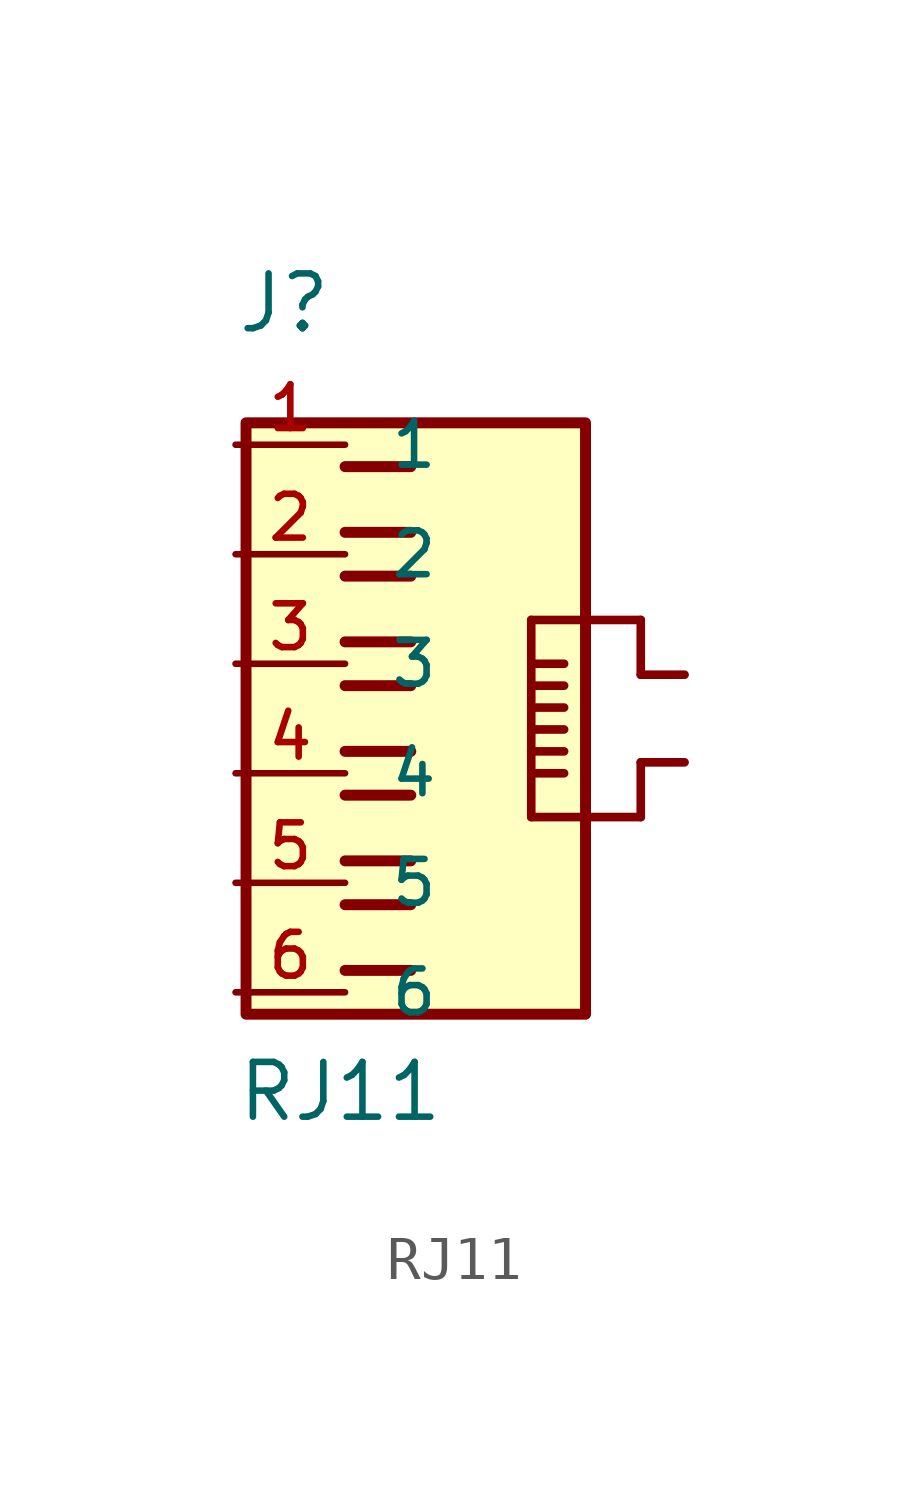
<source format=kicad_sym>
(kicad_symbol_lib
  (version 20220914)
  (generator kicad_symbol_editor)
  (symbol "RJ11"
    (pin_names
      (offset 1.016))
    (property "Reference" "J"
      (at -2.54 7.62 0)
      (effects (font (size 1.27 1.27)) (justify left bottom)))
    (property "Value" "RJ11"
      (at -2.54 -10.668 0)
      (effects (font (size 1.27 1.27)) (justify left bottom)))
    (symbol "RJ11_0_0"
      (rectangle (start -2.297 5.588) (end 5.577 -8.128) (stroke (width 0.254) (type default)) (fill (type background)))
      (polyline (pts (xy 0 -5.588) (xy 1.524 -5.588)) (stroke (width 0.254) (type default)) (fill (type none)))
      (polyline (pts (xy 0 -3.048) (xy 1.524 -3.048)) (stroke (width 0.254) (type default)) (fill (type none)))
      (polyline (pts (xy 0 -0.508) (xy 1.524 -0.508)) (stroke (width 0.254) (type default)) (fill (type none)))
      (polyline (pts (xy 0 2.032) (xy 1.524 2.032)) (stroke (width 0.254) (type default)) (fill (type none)))
      (polyline (pts (xy 0 4.572) (xy 1.524 4.572)) (stroke (width 0.254) (type default)) (fill (type none)))
      (polyline (pts (xy 1.524 -7.112) (xy 0 -7.112)) (stroke (width 0.254) (type default)) (fill (type none)))
      (polyline (pts (xy 1.524 -4.572) (xy 0 -4.572)) (stroke (width 0.254) (type default)) (fill (type none)))
      (polyline (pts (xy 1.524 -2.032) (xy 0 -2.032)) (stroke (width 0.254) (type default)) (fill (type none)))
      (polyline (pts (xy 1.524 0.508) (xy 0 0.508)) (stroke (width 0.254) (type default)) (fill (type none)))
      (polyline (pts (xy 1.524 3.048) (xy 0 3.048)) (stroke (width 0.254) (type default)) (fill (type none)))
      (polyline (pts (xy 4.318 -3.556) (xy 6.858 -3.556)) (stroke (width 0.2) (type default)) (fill (type none)))
      (polyline (pts (xy 4.318 -2.54) (xy 4.318 -3.556)) (stroke (width 0.2) (type default)) (fill (type none)))
      (polyline (pts (xy 4.318 -2.54) (xy 5.08 -2.54)) (stroke (width 0.2) (type default)) (fill (type none)))
      (polyline (pts (xy 4.318 -2.032) (xy 4.318 -2.54)) (stroke (width 0.2) (type default)) (fill (type none)))
      (polyline (pts (xy 4.318 -2.032) (xy 5.08 -2.032)) (stroke (width 0.2) (type default)) (fill (type none)))
      (polyline (pts (xy 4.318 -1.524) (xy 4.318 -2.032)) (stroke (width 0.2) (type default)) (fill (type none)))
      (polyline (pts (xy 4.318 -1.524) (xy 5.08 -1.524)) (stroke (width 0.2) (type default)) (fill (type none)))
      (polyline (pts (xy 4.318 -1.016) (xy 4.318 -1.524)) (stroke (width 0.2) (type default)) (fill (type none)))
      (polyline (pts (xy 4.318 -1.016) (xy 5.08 -1.016)) (stroke (width 0.2) (type default)) (fill (type none)))
      (polyline (pts (xy 4.318 -0.508) (xy 4.318 -1.016)) (stroke (width 0.2) (type default)) (fill (type none)))
      (polyline (pts (xy 4.318 -0.508) (xy 5.08 -0.508)) (stroke (width 0.2) (type default)) (fill (type none)))
      (polyline (pts (xy 4.318 0) (xy 4.318 -0.508)) (stroke (width 0.2) (type default)) (fill (type none)))
      (polyline (pts (xy 4.318 0) (xy 5.08 0)) (stroke (width 0.2) (type default)) (fill (type none)))
      (polyline (pts (xy 4.318 1.016) (xy 4.318 0)) (stroke (width 0.2) (type default)) (fill (type none)))
      (polyline (pts (xy 6.858 -3.556) (xy 6.858 -2.286)) (stroke (width 0.2) (type default)) (fill (type none)))
      (polyline (pts (xy 6.858 -2.286) (xy 7.874 -2.286)) (stroke (width 0.2) (type default)) (fill (type none)))
      (polyline (pts (xy 6.858 -0.254) (xy 6.858 1.016)) (stroke (width 0.2) (type default)) (fill (type none)))
      (polyline (pts (xy 6.858 1.016) (xy 4.318 1.016)) (stroke (width 0.2) (type default)) (fill (type none)))
      (polyline (pts (xy 7.874 -0.254) (xy 6.858 -0.254)) (stroke (width 0.2) (type default)) (fill (type none)))
      (pin passive line (at -2.54 5.08 0) (length 2.54) (name "1" (effects (font (size 1.016 1.016)))) (number "1" (effects (font (size 1.016 1.016)))))
      (pin passive line (at -2.54 2.54 0) (length 2.54) (name "2" (effects (font (size 1.016 1.016)))) (number "2" (effects (font (size 1.016 1.016)))))
      (pin passive line (at -2.54 0 0) (length 2.54) (name "3" (effects (font (size 1.016 1.016)))) (number "3" (effects (font (size 1.016 1.016)))))
      (pin passive line (at -2.54 -2.54 0) (length 2.54) (name "4" (effects (font (size 1.016 1.016)))) (number "4" (effects (font (size 1.016 1.016)))))
      (pin passive line (at -2.54 -5.08 0) (length 2.54) (name "5" (effects (font (size 1.016 1.016)))) (number "5" (effects (font (size 1.016 1.016)))))
      (pin passive line (at -2.54 -7.62 0) (length 2.54) (name "6" (effects (font (size 1.016 1.016)))) (number "6" (effects (font (size 1.016 1.016))))))))
</source>
